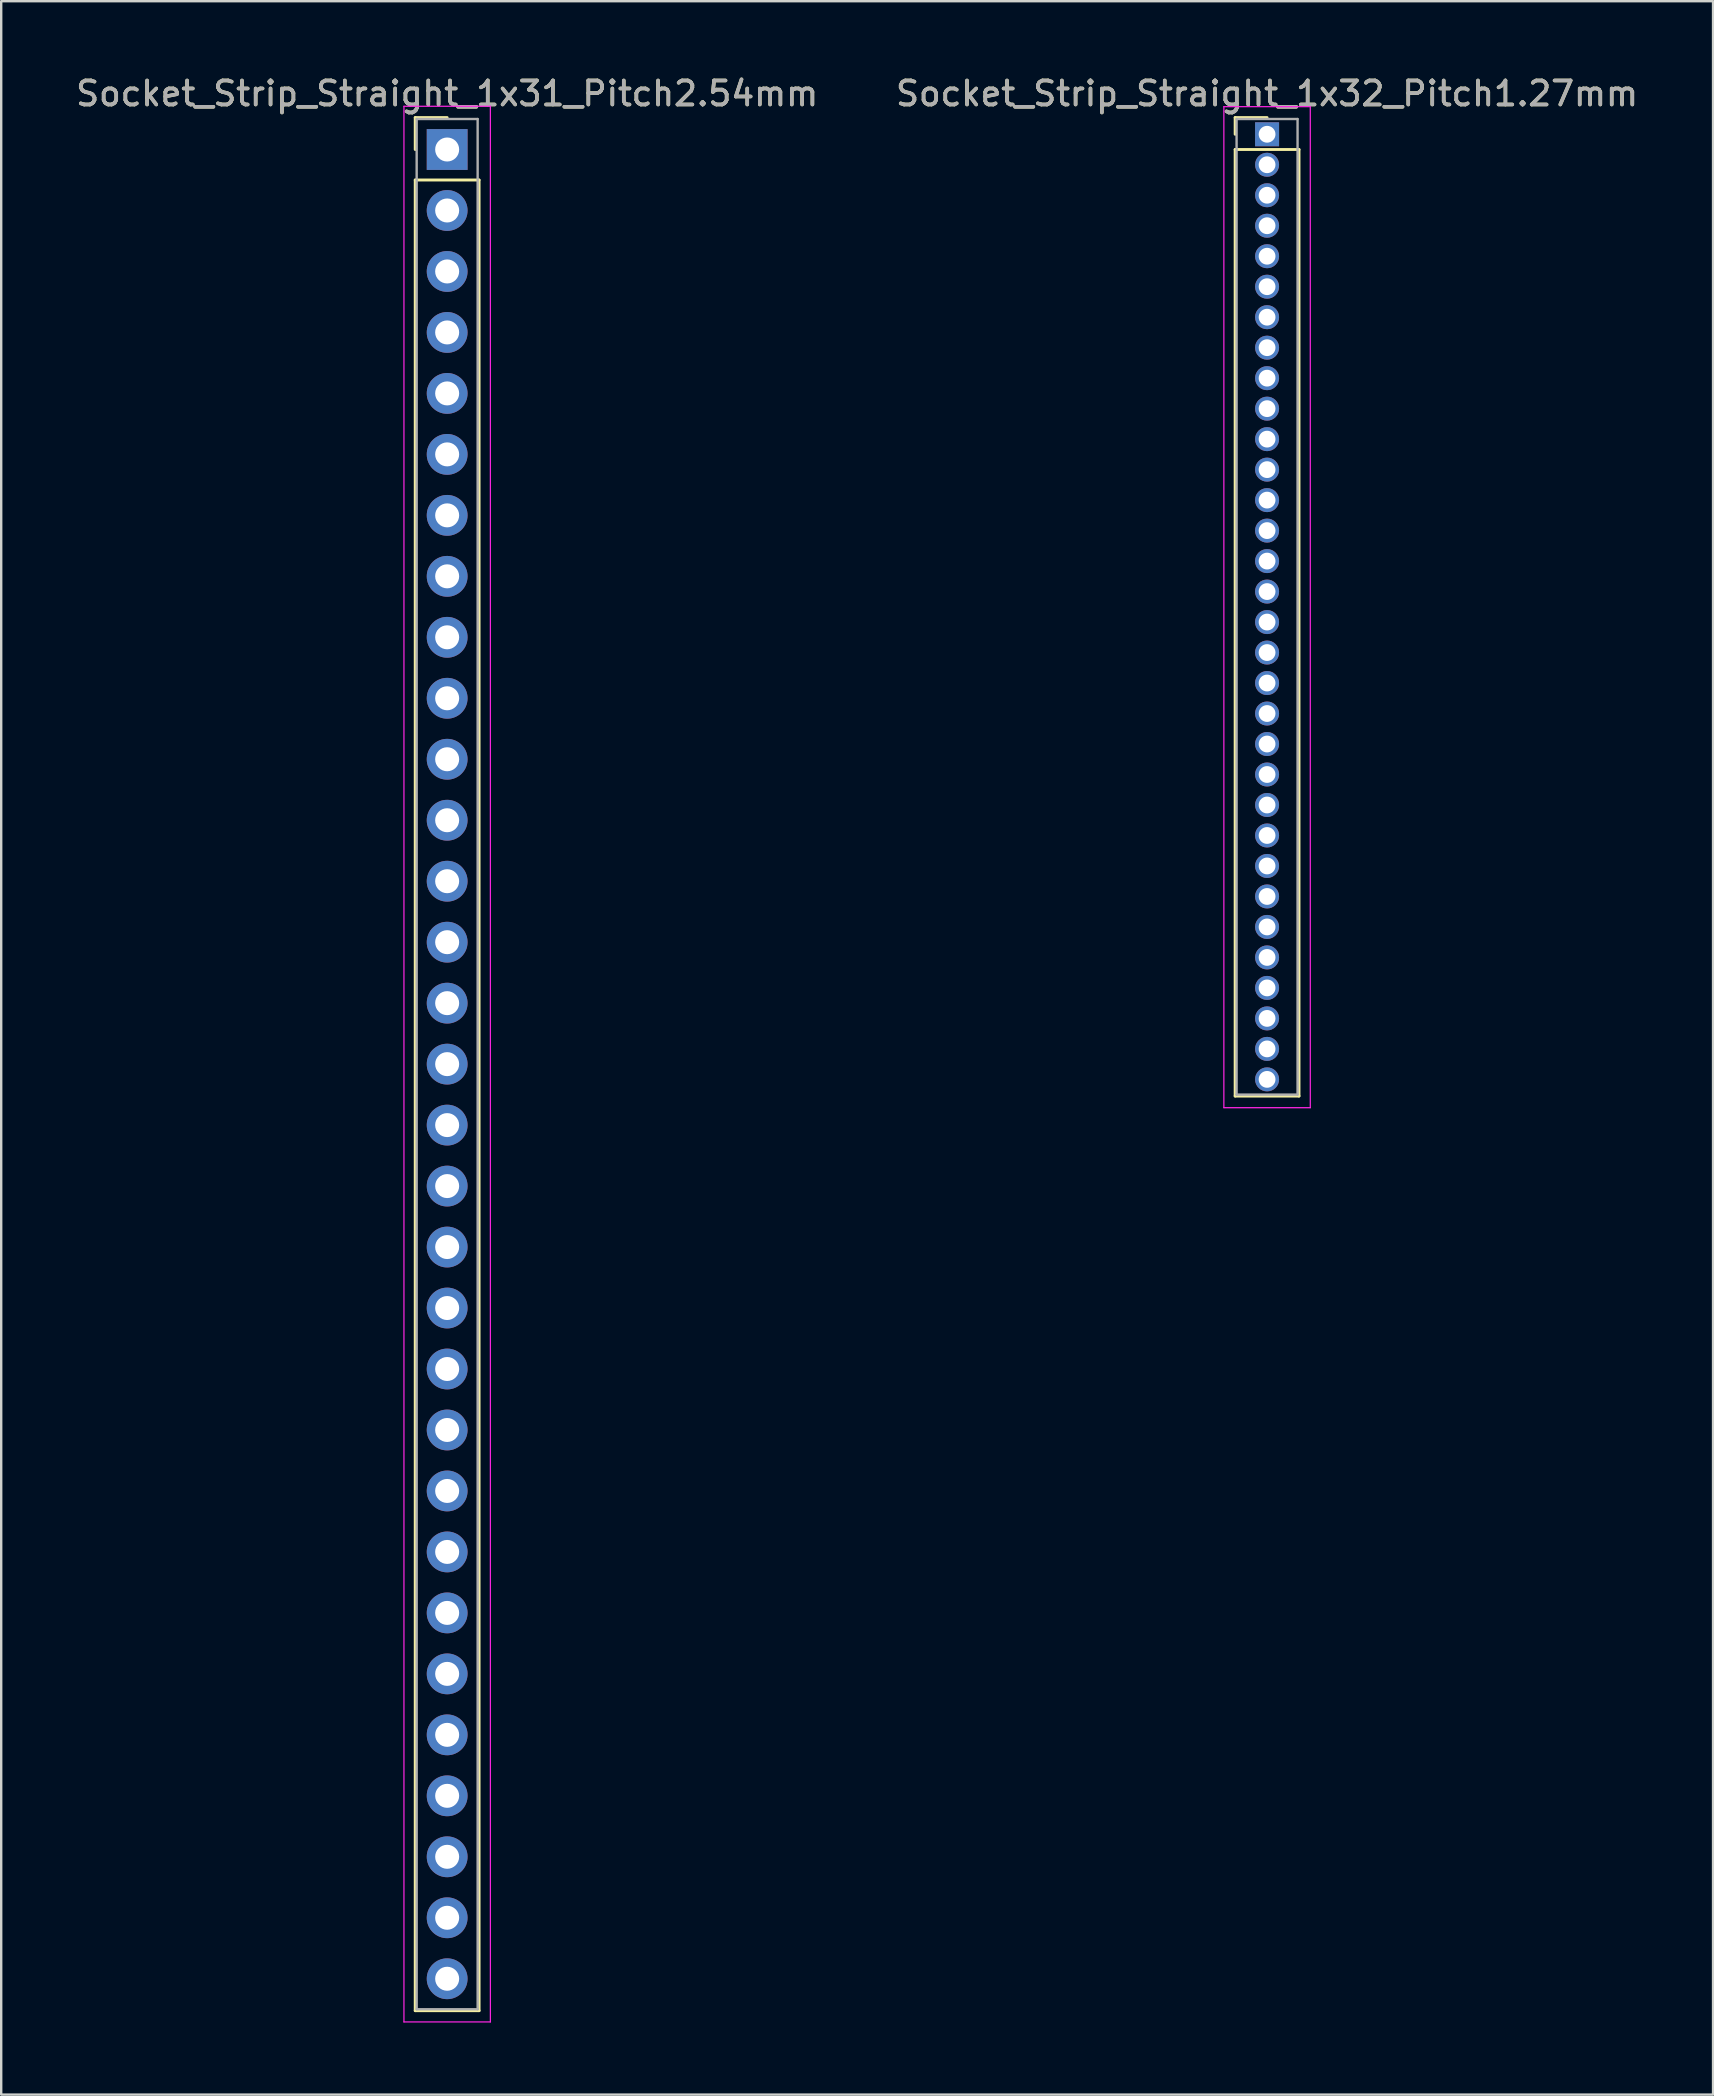
<source format=kicad_pcb>
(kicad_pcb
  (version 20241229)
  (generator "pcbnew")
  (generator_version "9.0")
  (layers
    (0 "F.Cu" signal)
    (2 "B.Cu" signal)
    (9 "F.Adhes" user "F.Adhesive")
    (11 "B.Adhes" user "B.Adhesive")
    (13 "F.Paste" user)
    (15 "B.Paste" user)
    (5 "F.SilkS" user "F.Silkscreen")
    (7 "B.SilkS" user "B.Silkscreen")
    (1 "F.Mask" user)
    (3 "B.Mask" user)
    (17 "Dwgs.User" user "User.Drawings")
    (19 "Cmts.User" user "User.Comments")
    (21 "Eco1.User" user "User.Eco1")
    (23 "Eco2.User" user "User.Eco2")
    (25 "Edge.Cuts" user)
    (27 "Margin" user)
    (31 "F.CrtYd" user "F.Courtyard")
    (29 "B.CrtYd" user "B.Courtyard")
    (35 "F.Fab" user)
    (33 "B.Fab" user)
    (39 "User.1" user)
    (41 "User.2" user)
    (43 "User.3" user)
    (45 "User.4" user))
  (footprint "Socket_Strip_Straight_1x31_Pitch2.54mm"
    (layer "F.Cu")
    (at 15.577 3.178)
    (property "Reference" "Socket_Strip_Straight_1x31_Pitch2.54mm" (at 0 -2.33 0) (layer "F.SilkS") (effects (font (size 1 1) (thickness 0.15))))
    (attr through_hole)
    (fp_line (start -1.33 -1.33) (end 0 -1.33) (stroke (width 0.12) (type solid)) (layer "F.SilkS"))
    (fp_line (start -1.33 0) (end -1.33 -1.33) (stroke (width 0.12) (type solid)) (layer "F.SilkS"))
    (fp_line (start -1.33 1.27) (end -1.33 77.53) (stroke (width 0.12) (type solid)) (layer "F.SilkS"))
    (fp_line (start -1.33 77.53) (end 1.33 77.53) (stroke (width 0.12) (type solid)) (layer "F.SilkS"))
    (fp_line (start 1.33 1.27) (end -1.33 1.27) (stroke (width 0.12) (type solid)) (layer "F.SilkS"))
    (fp_line (start 1.33 77.53) (end 1.33 1.27) (stroke (width 0.12) (type solid)) (layer "F.SilkS"))
    (fp_line (start -1.8 -1.8) (end -1.8 78) (stroke (width 0.05) (type solid)) (layer "F.CrtYd"))
    (fp_line (start -1.8 78) (end 1.8 78) (stroke (width 0.05) (type solid)) (layer "F.CrtYd"))
    (fp_line (start 1.8 -1.8) (end -1.8 -1.8) (stroke (width 0.05) (type solid)) (layer "F.CrtYd"))
    (fp_line (start 1.8 78) (end 1.8 -1.8) (stroke (width 0.05) (type solid)) (layer "F.CrtYd"))
    (fp_line (start -1.27 -1.27) (end -1.27 77.47) (stroke (width 0.1) (type solid)) (layer "F.Fab"))
    (fp_line (start -1.27 77.47) (end 1.27 77.47) (stroke (width 0.1) (type solid)) (layer "F.Fab"))
    (fp_line (start 1.27 -1.27) (end -1.27 -1.27) (stroke (width 0.1) (type solid)) (layer "F.Fab"))
    (fp_line (start 1.27 77.47) (end 1.27 -1.27) (stroke (width 0.1) (type solid)) (layer "F.Fab"))
    (fp_text user "${REFERENCE}" (at 0 -2.33 0) (layer "F.Fab") (effects (font (size 1 1) (thickness 0.15))))
    (pad "1" thru_hole rect (at 0 0) (size 1.7 1.7) (drill 1) (layers "*.Cu" "*.Mask"))
    (pad "2" thru_hole oval (at 0 2.54) (size 1.7 1.7) (drill 1) (layers "*.Cu" "*.Mask"))
    (pad "3" thru_hole oval (at 0 5.08) (size 1.7 1.7) (drill 1) (layers "*.Cu" "*.Mask"))
    (pad "4" thru_hole oval (at 0 7.62) (size 1.7 1.7) (drill 1) (layers "*.Cu" "*.Mask"))
    (pad "5" thru_hole oval (at 0 10.16) (size 1.7 1.7) (drill 1) (layers "*.Cu" "*.Mask"))
    (pad "6" thru_hole oval (at 0 12.7) (size 1.7 1.7) (drill 1) (layers "*.Cu" "*.Mask"))
    (pad "7" thru_hole oval (at 0 15.24) (size 1.7 1.7) (drill 1) (layers "*.Cu" "*.Mask"))
    (pad "8" thru_hole oval (at 0 17.78) (size 1.7 1.7) (drill 1) (layers "*.Cu" "*.Mask"))
    (pad "9" thru_hole oval (at 0 20.32) (size 1.7 1.7) (drill 1) (layers "*.Cu" "*.Mask"))
    (pad "10" thru_hole oval (at 0 22.86) (size 1.7 1.7) (drill 1) (layers "*.Cu" "*.Mask"))
    (pad "11" thru_hole oval (at 0 25.4) (size 1.7 1.7) (drill 1) (layers "*.Cu" "*.Mask"))
    (pad "12" thru_hole oval (at 0 27.94) (size 1.7 1.7) (drill 1) (layers "*.Cu" "*.Mask"))
    (pad "13" thru_hole oval (at 0 30.48) (size 1.7 1.7) (drill 1) (layers "*.Cu" "*.Mask"))
    (pad "14" thru_hole oval (at 0 33.02) (size 1.7 1.7) (drill 1) (layers "*.Cu" "*.Mask"))
    (pad "15" thru_hole oval (at 0 35.56) (size 1.7 1.7) (drill 1) (layers "*.Cu" "*.Mask"))
    (pad "16" thru_hole oval (at 0 38.1) (size 1.7 1.7) (drill 1) (layers "*.Cu" "*.Mask"))
    (pad "17" thru_hole oval (at 0 40.64) (size 1.7 1.7) (drill 1) (layers "*.Cu" "*.Mask"))
    (pad "18" thru_hole oval (at 0 43.18) (size 1.7 1.7) (drill 1) (layers "*.Cu" "*.Mask"))
    (pad "19" thru_hole oval (at 0 45.72) (size 1.7 1.7) (drill 1) (layers "*.Cu" "*.Mask"))
    (pad "20" thru_hole oval (at 0 48.26) (size 1.7 1.7) (drill 1) (layers "*.Cu" "*.Mask"))
    (pad "21" thru_hole oval (at 0 50.8) (size 1.7 1.7) (drill 1) (layers "*.Cu" "*.Mask"))
    (pad "22" thru_hole oval (at 0 53.34) (size 1.7 1.7) (drill 1) (layers "*.Cu" "*.Mask"))
    (pad "23" thru_hole oval (at 0 55.88) (size 1.7 1.7) (drill 1) (layers "*.Cu" "*.Mask"))
    (pad "24" thru_hole oval (at 0 58.42) (size 1.7 1.7) (drill 1) (layers "*.Cu" "*.Mask"))
    (pad "25" thru_hole oval (at 0 60.96) (size 1.7 1.7) (drill 1) (layers "*.Cu" "*.Mask"))
    (pad "26" thru_hole oval (at 0 63.5) (size 1.7 1.7) (drill 1) (layers "*.Cu" "*.Mask"))
    (pad "27" thru_hole oval (at 0 66.04) (size 1.7 1.7) (drill 1) (layers "*.Cu" "*.Mask"))
    (pad "28" thru_hole oval (at 0 68.58) (size 1.7 1.7) (drill 1) (layers "*.Cu" "*.Mask"))
    (pad "29" thru_hole oval (at 0 71.12) (size 1.7 1.7) (drill 1) (layers "*.Cu" "*.Mask"))
    (pad "30" thru_hole oval (at 0 73.66) (size 1.7 1.7) (drill 1) (layers "*.Cu" "*.Mask"))
    (pad "31" thru_hole oval (at 0 76.2) (size 1.7 1.7) (drill 1) (layers "*.Cu" "*.Mask")))
  (footprint "Socket_Strip_Straight_1x32_Pitch1.27mm"
    (layer "F.Cu")
    (at 49.732 2.543)
    (property "Reference" "Socket_Strip_Straight_1x32_Pitch1.27mm" (at 0 -1.695 0) (layer "F.SilkS") (effects (font (size 1 1) (thickness 0.15))))
    (attr through_hole)
    (fp_line (start -1.33 -0.695) (end 0 -0.695) (stroke (width 0.12) (type solid)) (layer "F.SilkS"))
    (fp_line (start -1.33 0) (end -1.33 -0.695) (stroke (width 0.12) (type solid)) (layer "F.SilkS"))
    (fp_line (start -1.33 0.635) (end -1.33 40.065) (stroke (width 0.12) (type solid)) (layer "F.SilkS"))
    (fp_line (start -1.33 40.065) (end 1.33 40.065) (stroke (width 0.12) (type solid)) (layer "F.SilkS"))
    (fp_line (start 1.33 0.635) (end -1.33 0.635) (stroke (width 0.12) (type solid)) (layer "F.SilkS"))
    (fp_line (start 1.33 40.065) (end 1.33 0.635) (stroke (width 0.12) (type solid)) (layer "F.SilkS"))
    (fp_line (start -1.8 -1.15) (end -1.8 40.55) (stroke (width 0.05) (type solid)) (layer "F.CrtYd"))
    (fp_line (start -1.8 40.55) (end 1.8 40.55) (stroke (width 0.05) (type solid)) (layer "F.CrtYd"))
    (fp_line (start 1.8 -1.15) (end -1.8 -1.15) (stroke (width 0.05) (type solid)) (layer "F.CrtYd"))
    (fp_line (start 1.8 40.55) (end 1.8 -1.15) (stroke (width 0.05) (type solid)) (layer "F.CrtYd"))
    (fp_line (start -1.27 -0.635) (end -1.27 40.005) (stroke (width 0.1) (type solid)) (layer "F.Fab"))
    (fp_line (start -1.27 40.005) (end 1.27 40.005) (stroke (width 0.1) (type solid)) (layer "F.Fab"))
    (fp_line (start 1.27 -0.635) (end -1.27 -0.635) (stroke (width 0.1) (type solid)) (layer "F.Fab"))
    (fp_line (start 1.27 40.005) (end 1.27 -0.635) (stroke (width 0.1) (type solid)) (layer "F.Fab"))
    (fp_text user "${REFERENCE}" (at 0 -1.695 0) (layer "F.Fab") (effects (font (size 1 1) (thickness 0.15))))
    (pad "1" thru_hole rect (at 0 0) (size 1 1) (drill 0.7) (layers "*.Cu" "*.Mask"))
    (pad "2" thru_hole oval (at 0 1.27) (size 1 1) (drill 0.7) (layers "*.Cu" "*.Mask"))
    (pad "3" thru_hole oval (at 0 2.54) (size 1 1) (drill 0.7) (layers "*.Cu" "*.Mask"))
    (pad "4" thru_hole oval (at 0 3.81) (size 1 1) (drill 0.7) (layers "*.Cu" "*.Mask"))
    (pad "5" thru_hole oval (at 0 5.08) (size 1 1) (drill 0.7) (layers "*.Cu" "*.Mask"))
    (pad "6" thru_hole oval (at 0 6.35) (size 1 1) (drill 0.7) (layers "*.Cu" "*.Mask"))
    (pad "7" thru_hole oval (at 0 7.62) (size 1 1) (drill 0.7) (layers "*.Cu" "*.Mask"))
    (pad "8" thru_hole oval (at 0 8.89) (size 1 1) (drill 0.7) (layers "*.Cu" "*.Mask"))
    (pad "9" thru_hole oval (at 0 10.16) (size 1 1) (drill 0.7) (layers "*.Cu" "*.Mask"))
    (pad "10" thru_hole oval (at 0 11.43) (size 1 1) (drill 0.7) (layers "*.Cu" "*.Mask"))
    (pad "11" thru_hole oval (at 0 12.7) (size 1 1) (drill 0.7) (layers "*.Cu" "*.Mask"))
    (pad "12" thru_hole oval (at 0 13.97) (size 1 1) (drill 0.7) (layers "*.Cu" "*.Mask"))
    (pad "13" thru_hole oval (at 0 15.24) (size 1 1) (drill 0.7) (layers "*.Cu" "*.Mask"))
    (pad "14" thru_hole oval (at 0 16.51) (size 1 1) (drill 0.7) (layers "*.Cu" "*.Mask"))
    (pad "15" thru_hole oval (at 0 17.78) (size 1 1) (drill 0.7) (layers "*.Cu" "*.Mask"))
    (pad "16" thru_hole oval (at 0 19.05) (size 1 1) (drill 0.7) (layers "*.Cu" "*.Mask"))
    (pad "17" thru_hole oval (at 0 20.32) (size 1 1) (drill 0.7) (layers "*.Cu" "*.Mask"))
    (pad "18" thru_hole oval (at 0 21.59) (size 1 1) (drill 0.7) (layers "*.Cu" "*.Mask"))
    (pad "19" thru_hole oval (at 0 22.86) (size 1 1) (drill 0.7) (layers "*.Cu" "*.Mask"))
    (pad "20" thru_hole oval (at 0 24.13) (size 1 1) (drill 0.7) (layers "*.Cu" "*.Mask"))
    (pad "21" thru_hole oval (at 0 25.4) (size 1 1) (drill 0.7) (layers "*.Cu" "*.Mask"))
    (pad "22" thru_hole oval (at 0 26.67) (size 1 1) (drill 0.7) (layers "*.Cu" "*.Mask"))
    (pad "23" thru_hole oval (at 0 27.94) (size 1 1) (drill 0.7) (layers "*.Cu" "*.Mask"))
    (pad "24" thru_hole oval (at 0 29.21) (size 1 1) (drill 0.7) (layers "*.Cu" "*.Mask"))
    (pad "25" thru_hole oval (at 0 30.48) (size 1 1) (drill 0.7) (layers "*.Cu" "*.Mask"))
    (pad "26" thru_hole oval (at 0 31.75) (size 1 1) (drill 0.7) (layers "*.Cu" "*.Mask"))
    (pad "27" thru_hole oval (at 0 33.02) (size 1 1) (drill 0.7) (layers "*.Cu" "*.Mask"))
    (pad "28" thru_hole oval (at 0 34.29) (size 1 1) (drill 0.7) (layers "*.Cu" "*.Mask"))
    (pad "29" thru_hole oval (at 0 35.56) (size 1 1) (drill 0.7) (layers "*.Cu" "*.Mask"))
    (pad "30" thru_hole oval (at 0 36.83) (size 1 1) (drill 0.7) (layers "*.Cu" "*.Mask"))
    (pad "31" thru_hole oval (at 0 38.1) (size 1 1) (drill 0.7) (layers "*.Cu" "*.Mask"))
    (pad "32" thru_hole oval (at 0 39.37) (size 1 1) (drill 0.7) (layers "*.Cu" "*.Mask")))
  (gr_rect
    (start -3 -3)
    (end 68.31 84.203)
    (stroke (width 0.1) (type default))
    (fill no)
    (layer "Edge.Cuts")))
</source>
